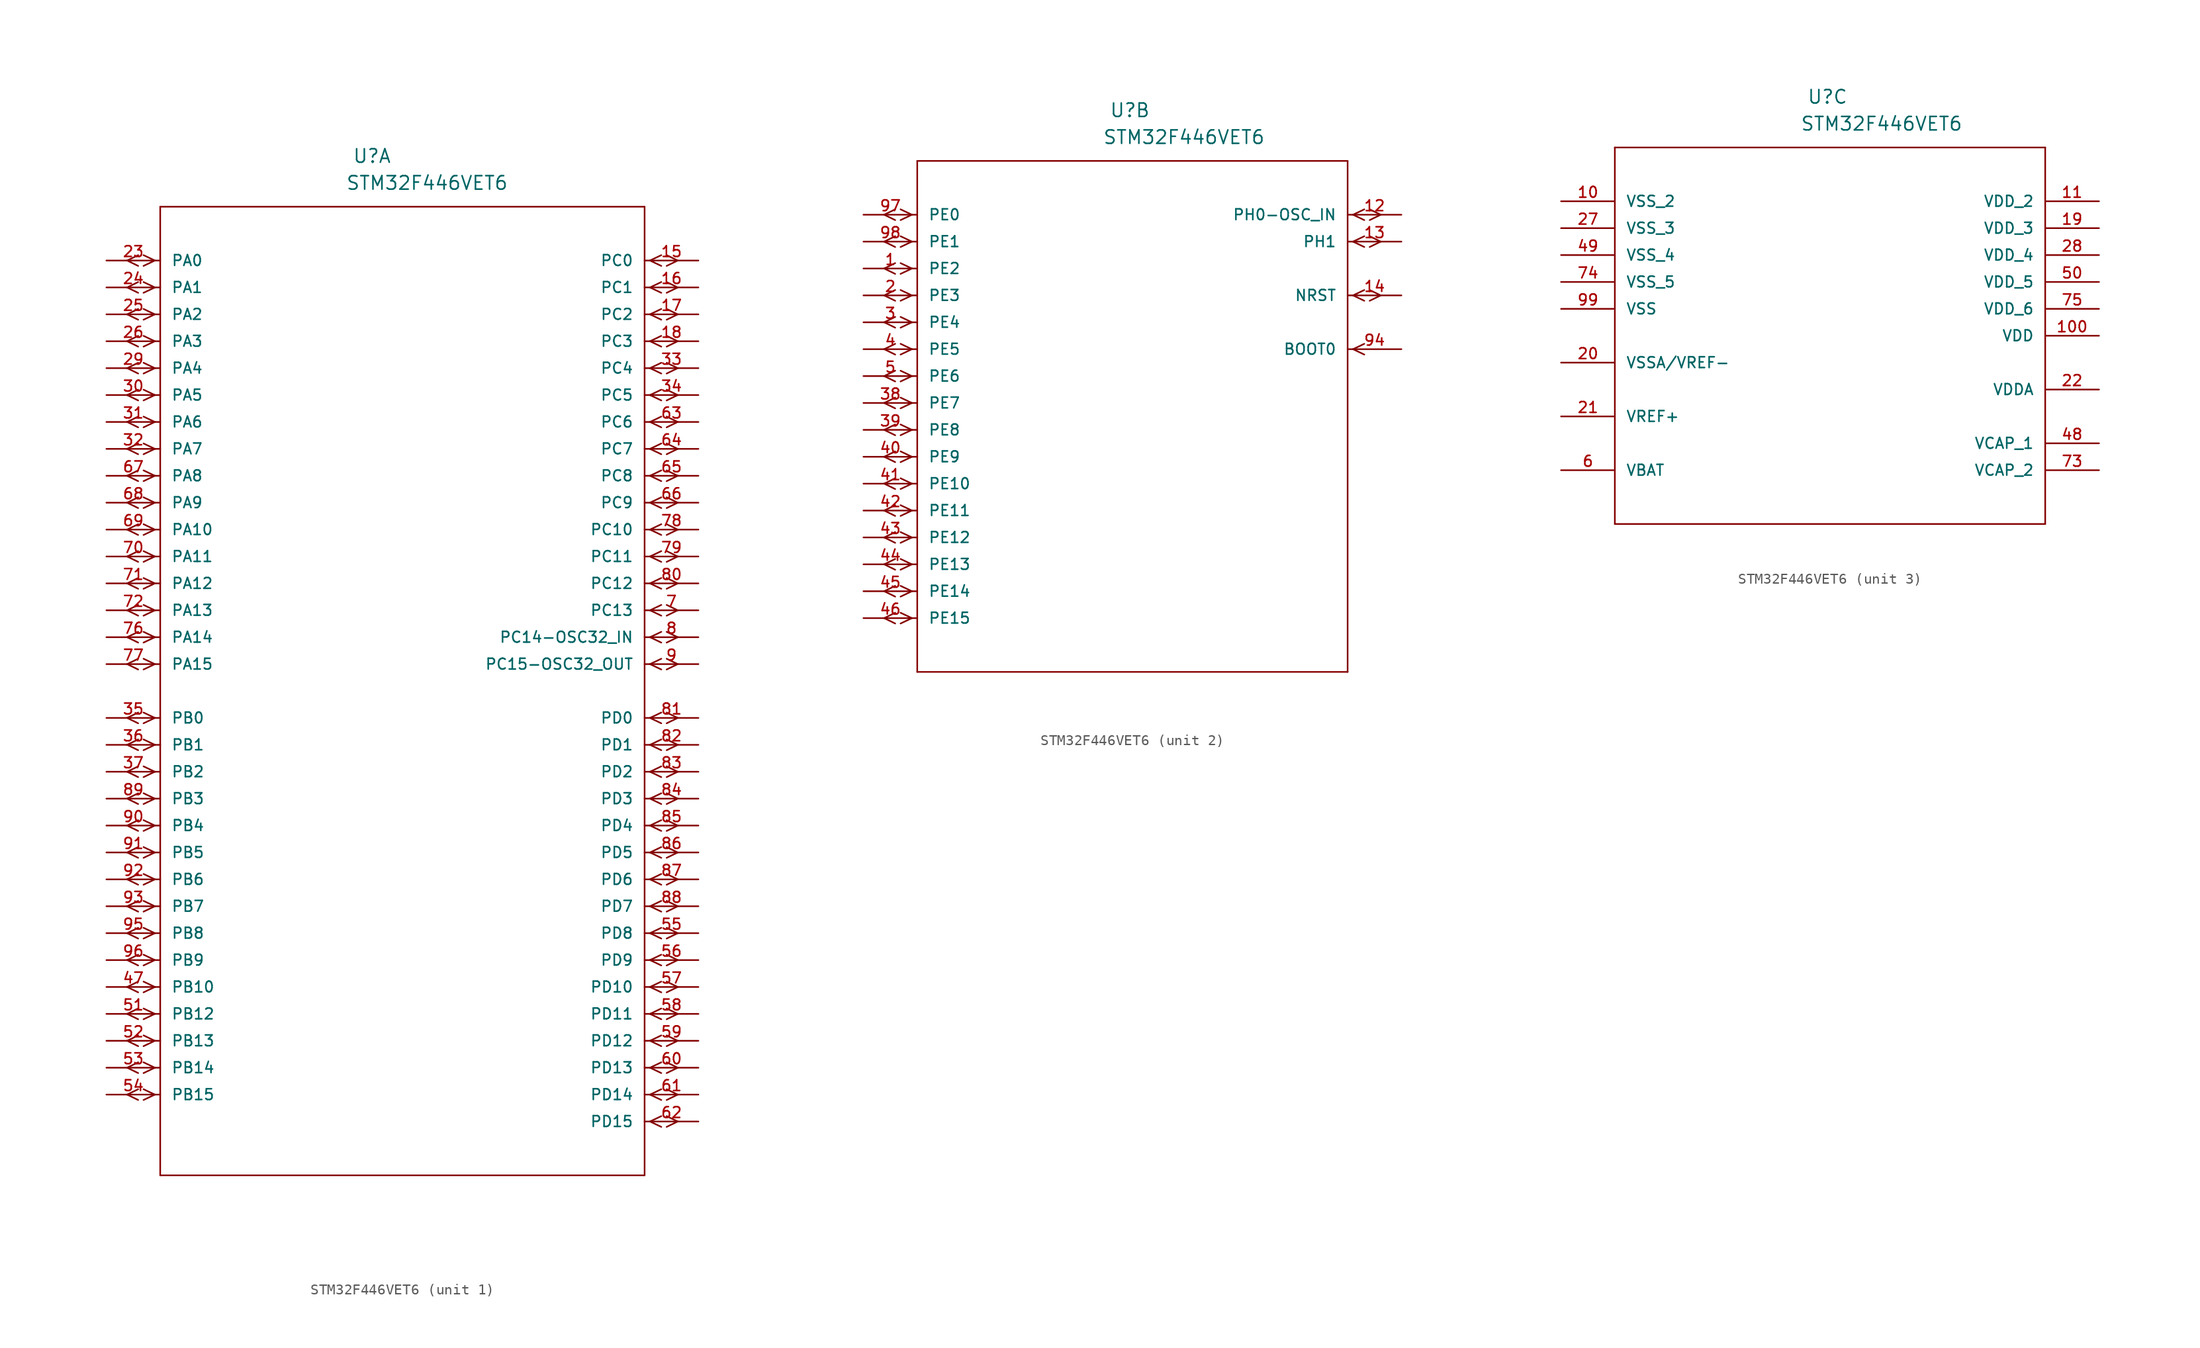
<source format=kicad_sym>
(kicad_symbol_lib
  (version 20211014)
  (generator kicad_symbol_editor)
  (symbol "STM32F446VET6"
    (pin_names
      (offset 1.016))
    (property "Reference" "U"
      (at 25.756 9.119 0.0)
      (effects (font (size 1.27 1.27)) (justify bottom left)))
    (property "Value" "STM32F446VET6"
      (at 25.121 6.579 0.0)
      (effects (font (size 1.27 1.27)) (justify bottom left)))
    (symbol "STM32F446VET6_1_0"
      (polyline (pts (xy 7.112 0.0) (xy 6.045 0.508)) (stroke (width 0.152)))
      (polyline (pts (xy 7.112 0.0) (xy 6.045 -0.508)) (stroke (width 0.152)))
      (polyline (pts (xy 5.537 0.508) (xy 4.496 0.0)) (stroke (width 0.152)))
      (polyline (pts (xy 5.537 -0.508) (xy 4.496 0.0)) (stroke (width 0.152)))
      (polyline (pts (xy 7.112 -2.54) (xy 6.045 -2.032)) (stroke (width 0.152)))
      (polyline (pts (xy 7.112 -2.54) (xy 6.045 -3.048)) (stroke (width 0.152)))
      (polyline (pts (xy 5.537 -2.032) (xy 4.496 -2.54)) (stroke (width 0.152)))
      (polyline (pts (xy 5.537 -3.048) (xy 4.496 -2.54)) (stroke (width 0.152)))
      (polyline (pts (xy 7.112 -5.08) (xy 6.045 -4.572)) (stroke (width 0.152)))
      (polyline (pts (xy 7.112 -5.08) (xy 6.045 -5.588)) (stroke (width 0.152)))
      (polyline (pts (xy 5.537 -4.572) (xy 4.496 -5.08)) (stroke (width 0.152)))
      (polyline (pts (xy 5.537 -5.588) (xy 4.496 -5.08)) (stroke (width 0.152)))
      (polyline (pts (xy 7.112 -7.62) (xy 6.045 -7.112)) (stroke (width 0.152)))
      (polyline (pts (xy 7.112 -7.62) (xy 6.045 -8.128)) (stroke (width 0.152)))
      (polyline (pts (xy 5.537 -7.112) (xy 4.496 -7.62)) (stroke (width 0.152)))
      (polyline (pts (xy 5.537 -8.128) (xy 4.496 -7.62)) (stroke (width 0.152)))
      (polyline (pts (xy 7.112 -10.16) (xy 6.045 -9.652)) (stroke (width 0.152)))
      (polyline (pts (xy 7.112 -10.16) (xy 6.045 -10.668)) (stroke (width 0.152)))
      (polyline (pts (xy 5.537 -9.652) (xy 4.496 -10.16)) (stroke (width 0.152)))
      (polyline (pts (xy 5.537 -10.668) (xy 4.496 -10.16)) (stroke (width 0.152)))
      (polyline (pts (xy 7.112 -12.7) (xy 6.045 -12.192)) (stroke (width 0.152)))
      (polyline (pts (xy 7.112 -12.7) (xy 6.045 -13.208)) (stroke (width 0.152)))
      (polyline (pts (xy 5.537 -12.192) (xy 4.496 -12.7)) (stroke (width 0.152)))
      (polyline (pts (xy 5.537 -13.208) (xy 4.496 -12.7)) (stroke (width 0.152)))
      (polyline (pts (xy 7.112 -15.24) (xy 6.045 -14.732)) (stroke (width 0.152)))
      (polyline (pts (xy 7.112 -15.24) (xy 6.045 -15.748)) (stroke (width 0.152)))
      (polyline (pts (xy 5.537 -14.732) (xy 4.496 -15.24)) (stroke (width 0.152)))
      (polyline (pts (xy 5.537 -15.748) (xy 4.496 -15.24)) (stroke (width 0.152)))
      (polyline (pts (xy 7.112 -17.78) (xy 6.045 -17.272)) (stroke (width 0.152)))
      (polyline (pts (xy 7.112 -17.78) (xy 6.045 -18.288)) (stroke (width 0.152)))
      (polyline (pts (xy 5.537 -17.272) (xy 4.496 -17.78)) (stroke (width 0.152)))
      (polyline (pts (xy 5.537 -18.288) (xy 4.496 -17.78)) (stroke (width 0.152)))
      (polyline (pts (xy 7.112 -20.32) (xy 6.045 -19.812)) (stroke (width 0.152)))
      (polyline (pts (xy 7.112 -20.32) (xy 6.045 -20.828)) (stroke (width 0.152)))
      (polyline (pts (xy 5.537 -19.812) (xy 4.496 -20.32)) (stroke (width 0.152)))
      (polyline (pts (xy 5.537 -20.828) (xy 4.496 -20.32)) (stroke (width 0.152)))
      (polyline (pts (xy 7.112 -22.86) (xy 6.045 -22.352)) (stroke (width 0.152)))
      (polyline (pts (xy 7.112 -22.86) (xy 6.045 -23.368)) (stroke (width 0.152)))
      (polyline (pts (xy 5.537 -22.352) (xy 4.496 -22.86)) (stroke (width 0.152)))
      (polyline (pts (xy 5.537 -23.368) (xy 4.496 -22.86)) (stroke (width 0.152)))
      (polyline (pts (xy 7.112 -25.4) (xy 6.045 -24.892)) (stroke (width 0.152)))
      (polyline (pts (xy 7.112 -25.4) (xy 6.045 -25.908)) (stroke (width 0.152)))
      (polyline (pts (xy 5.537 -24.892) (xy 4.496 -25.4)) (stroke (width 0.152)))
      (polyline (pts (xy 5.537 -25.908) (xy 4.496 -25.4)) (stroke (width 0.152)))
      (polyline (pts (xy 7.112 -27.94) (xy 6.045 -27.432)) (stroke (width 0.152)))
      (polyline (pts (xy 7.112 -27.94) (xy 6.045 -28.448)) (stroke (width 0.152)))
      (polyline (pts (xy 5.537 -27.432) (xy 4.496 -27.94)) (stroke (width 0.152)))
      (polyline (pts (xy 5.537 -28.448) (xy 4.496 -27.94)) (stroke (width 0.152)))
      (polyline (pts (xy 7.112 -30.48) (xy 6.045 -29.972)) (stroke (width 0.152)))
      (polyline (pts (xy 7.112 -30.48) (xy 6.045 -30.988)) (stroke (width 0.152)))
      (polyline (pts (xy 5.537 -29.972) (xy 4.496 -30.48)) (stroke (width 0.152)))
      (polyline (pts (xy 5.537 -30.988) (xy 4.496 -30.48)) (stroke (width 0.152)))
      (polyline (pts (xy 7.112 -33.02) (xy 6.045 -32.512)) (stroke (width 0.152)))
      (polyline (pts (xy 7.112 -33.02) (xy 6.045 -33.528)) (stroke (width 0.152)))
      (polyline (pts (xy 5.537 -32.512) (xy 4.496 -33.02)) (stroke (width 0.152)))
      (polyline (pts (xy 5.537 -33.528) (xy 4.496 -33.02)) (stroke (width 0.152)))
      (polyline (pts (xy 7.112 -35.56) (xy 6.045 -35.052)) (stroke (width 0.152)))
      (polyline (pts (xy 7.112 -35.56) (xy 6.045 -36.068)) (stroke (width 0.152)))
      (polyline (pts (xy 5.537 -35.052) (xy 4.496 -35.56)) (stroke (width 0.152)))
      (polyline (pts (xy 5.537 -36.068) (xy 4.496 -35.56)) (stroke (width 0.152)))
      (polyline (pts (xy 7.112 -38.1) (xy 6.045 -37.592)) (stroke (width 0.152)))
      (polyline (pts (xy 7.112 -38.1) (xy 6.045 -38.608)) (stroke (width 0.152)))
      (polyline (pts (xy 5.537 -37.592) (xy 4.496 -38.1)) (stroke (width 0.152)))
      (polyline (pts (xy 5.537 -38.608) (xy 4.496 -38.1)) (stroke (width 0.152)))
      (polyline (pts (xy 7.112 -43.18) (xy 6.045 -42.672)) (stroke (width 0.152)))
      (polyline (pts (xy 7.112 -43.18) (xy 6.045 -43.688)) (stroke (width 0.152)))
      (polyline (pts (xy 5.537 -42.672) (xy 4.496 -43.18)) (stroke (width 0.152)))
      (polyline (pts (xy 5.537 -43.688) (xy 4.496 -43.18)) (stroke (width 0.152)))
      (polyline (pts (xy 7.112 -45.72) (xy 6.045 -45.212)) (stroke (width 0.152)))
      (polyline (pts (xy 7.112 -45.72) (xy 6.045 -46.228)) (stroke (width 0.152)))
      (polyline (pts (xy 5.537 -45.212) (xy 4.496 -45.72)) (stroke (width 0.152)))
      (polyline (pts (xy 5.537 -46.228) (xy 4.496 -45.72)) (stroke (width 0.152)))
      (polyline (pts (xy 7.112 -48.26) (xy 6.045 -47.752)) (stroke (width 0.152)))
      (polyline (pts (xy 7.112 -48.26) (xy 6.045 -48.768)) (stroke (width 0.152)))
      (polyline (pts (xy 5.537 -47.752) (xy 4.496 -48.26)) (stroke (width 0.152)))
      (polyline (pts (xy 5.537 -48.768) (xy 4.496 -48.26)) (stroke (width 0.152)))
      (polyline (pts (xy 7.112 -50.8) (xy 6.045 -50.292)) (stroke (width 0.152)))
      (polyline (pts (xy 7.112 -50.8) (xy 6.045 -51.308)) (stroke (width 0.152)))
      (polyline (pts (xy 5.537 -50.292) (xy 4.496 -50.8)) (stroke (width 0.152)))
      (polyline (pts (xy 5.537 -51.308) (xy 4.496 -50.8)) (stroke (width 0.152)))
      (polyline (pts (xy 7.112 -53.34) (xy 6.045 -52.832)) (stroke (width 0.152)))
      (polyline (pts (xy 7.112 -53.34) (xy 6.045 -53.848)) (stroke (width 0.152)))
      (polyline (pts (xy 5.537 -52.832) (xy 4.496 -53.34)) (stroke (width 0.152)))
      (polyline (pts (xy 5.537 -53.848) (xy 4.496 -53.34)) (stroke (width 0.152)))
      (polyline (pts (xy 7.112 -55.88) (xy 6.045 -55.372)) (stroke (width 0.152)))
      (polyline (pts (xy 7.112 -55.88) (xy 6.045 -56.388)) (stroke (width 0.152)))
      (polyline (pts (xy 5.537 -55.372) (xy 4.496 -55.88)) (stroke (width 0.152)))
      (polyline (pts (xy 5.537 -56.388) (xy 4.496 -55.88)) (stroke (width 0.152)))
      (polyline (pts (xy 7.112 -58.42) (xy 6.045 -57.912)) (stroke (width 0.152)))
      (polyline (pts (xy 7.112 -58.42) (xy 6.045 -58.928)) (stroke (width 0.152)))
      (polyline (pts (xy 5.537 -57.912) (xy 4.496 -58.42)) (stroke (width 0.152)))
      (polyline (pts (xy 5.537 -58.928) (xy 4.496 -58.42)) (stroke (width 0.152)))
      (polyline (pts (xy 7.112 -60.96) (xy 6.045 -60.452)) (stroke (width 0.152)))
      (polyline (pts (xy 7.112 -60.96) (xy 6.045 -61.468)) (stroke (width 0.152)))
      (polyline (pts (xy 5.537 -60.452) (xy 4.496 -60.96)) (stroke (width 0.152)))
      (polyline (pts (xy 5.537 -61.468) (xy 4.496 -60.96)) (stroke (width 0.152)))
      (polyline (pts (xy 7.112 -63.5) (xy 6.045 -62.992)) (stroke (width 0.152)))
      (polyline (pts (xy 7.112 -63.5) (xy 6.045 -64.008)) (stroke (width 0.152)))
      (polyline (pts (xy 5.537 -62.992) (xy 4.496 -63.5)) (stroke (width 0.152)))
      (polyline (pts (xy 5.537 -64.008) (xy 4.496 -63.5)) (stroke (width 0.152)))
      (polyline (pts (xy 7.112 -66.04) (xy 6.045 -65.532)) (stroke (width 0.152)))
      (polyline (pts (xy 7.112 -66.04) (xy 6.045 -66.548)) (stroke (width 0.152)))
      (polyline (pts (xy 5.537 -65.532) (xy 4.496 -66.04)) (stroke (width 0.152)))
      (polyline (pts (xy 5.537 -66.548) (xy 4.496 -66.04)) (stroke (width 0.152)))
      (polyline (pts (xy 7.112 -68.58) (xy 6.045 -68.072)) (stroke (width 0.152)))
      (polyline (pts (xy 7.112 -68.58) (xy 6.045 -69.088)) (stroke (width 0.152)))
      (polyline (pts (xy 5.537 -68.072) (xy 4.496 -68.58)) (stroke (width 0.152)))
      (polyline (pts (xy 5.537 -69.088) (xy 4.496 -68.58)) (stroke (width 0.152)))
      (polyline (pts (xy 7.112 -71.12) (xy 6.045 -70.612)) (stroke (width 0.152)))
      (polyline (pts (xy 7.112 -71.12) (xy 6.045 -71.628)) (stroke (width 0.152)))
      (polyline (pts (xy 5.537 -70.612) (xy 4.496 -71.12)) (stroke (width 0.152)))
      (polyline (pts (xy 5.537 -71.628) (xy 4.496 -71.12)) (stroke (width 0.152)))
      (polyline (pts (xy 7.112 -73.66) (xy 6.045 -73.152)) (stroke (width 0.152)))
      (polyline (pts (xy 7.112 -73.66) (xy 6.045 -74.168)) (stroke (width 0.152)))
      (polyline (pts (xy 5.537 -73.152) (xy 4.496 -73.66)) (stroke (width 0.152)))
      (polyline (pts (xy 5.537 -74.168) (xy 4.496 -73.66)) (stroke (width 0.152)))
      (polyline (pts (xy 7.112 -76.2) (xy 6.045 -75.692)) (stroke (width 0.152)))
      (polyline (pts (xy 7.112 -76.2) (xy 6.045 -76.708)) (stroke (width 0.152)))
      (polyline (pts (xy 5.537 -75.692) (xy 4.496 -76.2)) (stroke (width 0.152)))
      (polyline (pts (xy 5.537 -76.708) (xy 4.496 -76.2)) (stroke (width 0.152)))
      (polyline (pts (xy 7.112 -78.74) (xy 6.045 -78.232)) (stroke (width 0.152)))
      (polyline (pts (xy 7.112 -78.74) (xy 6.045 -79.248)) (stroke (width 0.152)))
      (polyline (pts (xy 5.537 -78.232) (xy 4.496 -78.74)) (stroke (width 0.152)))
      (polyline (pts (xy 5.537 -79.248) (xy 4.496 -78.74)) (stroke (width 0.152)))
      (polyline (pts (xy 53.848 0.0) (xy 54.915 0.508)) (stroke (width 0.152)))
      (polyline (pts (xy 53.848 0.0) (xy 54.915 -0.508)) (stroke (width 0.152)))
      (polyline (pts (xy 55.423 0.508) (xy 56.464 0.0)) (stroke (width 0.152)))
      (polyline (pts (xy 55.423 -0.508) (xy 56.464 0.0)) (stroke (width 0.152)))
      (polyline (pts (xy 53.848 -2.54) (xy 54.915 -2.032)) (stroke (width 0.152)))
      (polyline (pts (xy 53.848 -2.54) (xy 54.915 -3.048)) (stroke (width 0.152)))
      (polyline (pts (xy 55.423 -2.032) (xy 56.464 -2.54)) (stroke (width 0.152)))
      (polyline (pts (xy 55.423 -3.048) (xy 56.464 -2.54)) (stroke (width 0.152)))
      (polyline (pts (xy 53.848 -5.08) (xy 54.915 -4.572)) (stroke (width 0.152)))
      (polyline (pts (xy 53.848 -5.08) (xy 54.915 -5.588)) (stroke (width 0.152)))
      (polyline (pts (xy 55.423 -4.572) (xy 56.464 -5.08)) (stroke (width 0.152)))
      (polyline (pts (xy 55.423 -5.588) (xy 56.464 -5.08)) (stroke (width 0.152)))
      (polyline (pts (xy 53.848 -7.62) (xy 54.915 -7.112)) (stroke (width 0.152)))
      (polyline (pts (xy 53.848 -7.62) (xy 54.915 -8.128)) (stroke (width 0.152)))
      (polyline (pts (xy 55.423 -7.112) (xy 56.464 -7.62)) (stroke (width 0.152)))
      (polyline (pts (xy 55.423 -8.128) (xy 56.464 -7.62)) (stroke (width 0.152)))
      (polyline (pts (xy 53.848 -10.16) (xy 54.915 -9.652)) (stroke (width 0.152)))
      (polyline (pts (xy 53.848 -10.16) (xy 54.915 -10.668)) (stroke (width 0.152)))
      (polyline (pts (xy 55.423 -9.652) (xy 56.464 -10.16)) (stroke (width 0.152)))
      (polyline (pts (xy 55.423 -10.668) (xy 56.464 -10.16)) (stroke (width 0.152)))
      (polyline (pts (xy 53.848 -12.7) (xy 54.915 -12.192)) (stroke (width 0.152)))
      (polyline (pts (xy 53.848 -12.7) (xy 54.915 -13.208)) (stroke (width 0.152)))
      (polyline (pts (xy 55.423 -12.192) (xy 56.464 -12.7)) (stroke (width 0.152)))
      (polyline (pts (xy 55.423 -13.208) (xy 56.464 -12.7)) (stroke (width 0.152)))
      (polyline (pts (xy 53.848 -15.24) (xy 54.915 -14.732)) (stroke (width 0.152)))
      (polyline (pts (xy 53.848 -15.24) (xy 54.915 -15.748)) (stroke (width 0.152)))
      (polyline (pts (xy 55.423 -14.732) (xy 56.464 -15.24)) (stroke (width 0.152)))
      (polyline (pts (xy 55.423 -15.748) (xy 56.464 -15.24)) (stroke (width 0.152)))
      (polyline (pts (xy 53.848 -17.78) (xy 54.915 -17.272)) (stroke (width 0.152)))
      (polyline (pts (xy 53.848 -17.78) (xy 54.915 -18.288)) (stroke (width 0.152)))
      (polyline (pts (xy 55.423 -17.272) (xy 56.464 -17.78)) (stroke (width 0.152)))
      (polyline (pts (xy 55.423 -18.288) (xy 56.464 -17.78)) (stroke (width 0.152)))
      (polyline (pts (xy 53.848 -20.32) (xy 54.915 -19.812)) (stroke (width 0.152)))
      (polyline (pts (xy 53.848 -20.32) (xy 54.915 -20.828)) (stroke (width 0.152)))
      (polyline (pts (xy 55.423 -19.812) (xy 56.464 -20.32)) (stroke (width 0.152)))
      (polyline (pts (xy 55.423 -20.828) (xy 56.464 -20.32)) (stroke (width 0.152)))
      (polyline (pts (xy 53.848 -22.86) (xy 54.915 -22.352)) (stroke (width 0.152)))
      (polyline (pts (xy 53.848 -22.86) (xy 54.915 -23.368)) (stroke (width 0.152)))
      (polyline (pts (xy 55.423 -22.352) (xy 56.464 -22.86)) (stroke (width 0.152)))
      (polyline (pts (xy 55.423 -23.368) (xy 56.464 -22.86)) (stroke (width 0.152)))
      (polyline (pts (xy 53.848 -25.4) (xy 54.915 -24.892)) (stroke (width 0.152)))
      (polyline (pts (xy 53.848 -25.4) (xy 54.915 -25.908)) (stroke (width 0.152)))
      (polyline (pts (xy 55.423 -24.892) (xy 56.464 -25.4)) (stroke (width 0.152)))
      (polyline (pts (xy 55.423 -25.908) (xy 56.464 -25.4)) (stroke (width 0.152)))
      (polyline (pts (xy 53.848 -27.94) (xy 54.915 -27.432)) (stroke (width 0.152)))
      (polyline (pts (xy 53.848 -27.94) (xy 54.915 -28.448)) (stroke (width 0.152)))
      (polyline (pts (xy 55.423 -27.432) (xy 56.464 -27.94)) (stroke (width 0.152)))
      (polyline (pts (xy 55.423 -28.448) (xy 56.464 -27.94)) (stroke (width 0.152)))
      (polyline (pts (xy 53.848 -30.48) (xy 54.915 -29.972)) (stroke (width 0.152)))
      (polyline (pts (xy 53.848 -30.48) (xy 54.915 -30.988)) (stroke (width 0.152)))
      (polyline (pts (xy 55.423 -29.972) (xy 56.464 -30.48)) (stroke (width 0.152)))
      (polyline (pts (xy 55.423 -30.988) (xy 56.464 -30.48)) (stroke (width 0.152)))
      (polyline (pts (xy 53.848 -33.02) (xy 54.915 -32.512)) (stroke (width 0.152)))
      (polyline (pts (xy 53.848 -33.02) (xy 54.915 -33.528)) (stroke (width 0.152)))
      (polyline (pts (xy 55.423 -32.512) (xy 56.464 -33.02)) (stroke (width 0.152)))
      (polyline (pts (xy 55.423 -33.528) (xy 56.464 -33.02)) (stroke (width 0.152)))
      (polyline (pts (xy 53.848 -35.56) (xy 54.915 -35.052)) (stroke (width 0.152)))
      (polyline (pts (xy 53.848 -35.56) (xy 54.915 -36.068)) (stroke (width 0.152)))
      (polyline (pts (xy 55.423 -35.052) (xy 56.464 -35.56)) (stroke (width 0.152)))
      (polyline (pts (xy 55.423 -36.068) (xy 56.464 -35.56)) (stroke (width 0.152)))
      (polyline (pts (xy 53.848 -38.1) (xy 54.915 -37.592)) (stroke (width 0.152)))
      (polyline (pts (xy 53.848 -38.1) (xy 54.915 -38.608)) (stroke (width 0.152)))
      (polyline (pts (xy 55.423 -37.592) (xy 56.464 -38.1)) (stroke (width 0.152)))
      (polyline (pts (xy 55.423 -38.608) (xy 56.464 -38.1)) (stroke (width 0.152)))
      (polyline (pts (xy 53.848 -43.18) (xy 54.915 -42.672)) (stroke (width 0.152)))
      (polyline (pts (xy 53.848 -43.18) (xy 54.915 -43.688)) (stroke (width 0.152)))
      (polyline (pts (xy 55.423 -42.672) (xy 56.464 -43.18)) (stroke (width 0.152)))
      (polyline (pts (xy 55.423 -43.688) (xy 56.464 -43.18)) (stroke (width 0.152)))
      (polyline (pts (xy 53.848 -45.72) (xy 54.915 -45.212)) (stroke (width 0.152)))
      (polyline (pts (xy 53.848 -45.72) (xy 54.915 -46.228)) (stroke (width 0.152)))
      (polyline (pts (xy 55.423 -45.212) (xy 56.464 -45.72)) (stroke (width 0.152)))
      (polyline (pts (xy 55.423 -46.228) (xy 56.464 -45.72)) (stroke (width 0.152)))
      (polyline (pts (xy 53.848 -48.26) (xy 54.915 -47.752)) (stroke (width 0.152)))
      (polyline (pts (xy 53.848 -48.26) (xy 54.915 -48.768)) (stroke (width 0.152)))
      (polyline (pts (xy 55.423 -47.752) (xy 56.464 -48.26)) (stroke (width 0.152)))
      (polyline (pts (xy 55.423 -48.768) (xy 56.464 -48.26)) (stroke (width 0.152)))
      (polyline (pts (xy 53.848 -50.8) (xy 54.915 -50.292)) (stroke (width 0.152)))
      (polyline (pts (xy 53.848 -50.8) (xy 54.915 -51.308)) (stroke (width 0.152)))
      (polyline (pts (xy 55.423 -50.292) (xy 56.464 -50.8)) (stroke (width 0.152)))
      (polyline (pts (xy 55.423 -51.308) (xy 56.464 -50.8)) (stroke (width 0.152)))
      (polyline (pts (xy 53.848 -53.34) (xy 54.915 -52.832)) (stroke (width 0.152)))
      (polyline (pts (xy 53.848 -53.34) (xy 54.915 -53.848)) (stroke (width 0.152)))
      (polyline (pts (xy 55.423 -52.832) (xy 56.464 -53.34)) (stroke (width 0.152)))
      (polyline (pts (xy 55.423 -53.848) (xy 56.464 -53.34)) (stroke (width 0.152)))
      (polyline (pts (xy 53.848 -55.88) (xy 54.915 -55.372)) (stroke (width 0.152)))
      (polyline (pts (xy 53.848 -55.88) (xy 54.915 -56.388)) (stroke (width 0.152)))
      (polyline (pts (xy 55.423 -55.372) (xy 56.464 -55.88)) (stroke (width 0.152)))
      (polyline (pts (xy 55.423 -56.388) (xy 56.464 -55.88)) (stroke (width 0.152)))
      (polyline (pts (xy 53.848 -58.42) (xy 54.915 -57.912)) (stroke (width 0.152)))
      (polyline (pts (xy 53.848 -58.42) (xy 54.915 -58.928)) (stroke (width 0.152)))
      (polyline (pts (xy 55.423 -57.912) (xy 56.464 -58.42)) (stroke (width 0.152)))
      (polyline (pts (xy 55.423 -58.928) (xy 56.464 -58.42)) (stroke (width 0.152)))
      (polyline (pts (xy 53.848 -60.96) (xy 54.915 -60.452)) (stroke (width 0.152)))
      (polyline (pts (xy 53.848 -60.96) (xy 54.915 -61.468)) (stroke (width 0.152)))
      (polyline (pts (xy 55.423 -60.452) (xy 56.464 -60.96)) (stroke (width 0.152)))
      (polyline (pts (xy 55.423 -61.468) (xy 56.464 -60.96)) (stroke (width 0.152)))
      (polyline (pts (xy 53.848 -63.5) (xy 54.915 -62.992)) (stroke (width 0.152)))
      (polyline (pts (xy 53.848 -63.5) (xy 54.915 -64.008)) (stroke (width 0.152)))
      (polyline (pts (xy 55.423 -62.992) (xy 56.464 -63.5)) (stroke (width 0.152)))
      (polyline (pts (xy 55.423 -64.008) (xy 56.464 -63.5)) (stroke (width 0.152)))
      (polyline (pts (xy 53.848 -66.04) (xy 54.915 -65.532)) (stroke (width 0.152)))
      (polyline (pts (xy 53.848 -66.04) (xy 54.915 -66.548)) (stroke (width 0.152)))
      (polyline (pts (xy 55.423 -65.532) (xy 56.464 -66.04)) (stroke (width 0.152)))
      (polyline (pts (xy 55.423 -66.548) (xy 56.464 -66.04)) (stroke (width 0.152)))
      (polyline (pts (xy 53.848 -68.58) (xy 54.915 -68.072)) (stroke (width 0.152)))
      (polyline (pts (xy 53.848 -68.58) (xy 54.915 -69.088)) (stroke (width 0.152)))
      (polyline (pts (xy 55.423 -68.072) (xy 56.464 -68.58)) (stroke (width 0.152)))
      (polyline (pts (xy 55.423 -69.088) (xy 56.464 -68.58)) (stroke (width 0.152)))
      (polyline (pts (xy 53.848 -71.12) (xy 54.915 -70.612)) (stroke (width 0.152)))
      (polyline (pts (xy 53.848 -71.12) (xy 54.915 -71.628)) (stroke (width 0.152)))
      (polyline (pts (xy 55.423 -70.612) (xy 56.464 -71.12)) (stroke (width 0.152)))
      (polyline (pts (xy 55.423 -71.628) (xy 56.464 -71.12)) (stroke (width 0.152)))
      (polyline (pts (xy 53.848 -73.66) (xy 54.915 -73.152)) (stroke (width 0.152)))
      (polyline (pts (xy 53.848 -73.66) (xy 54.915 -74.168)) (stroke (width 0.152)))
      (polyline (pts (xy 55.423 -73.152) (xy 56.464 -73.66)) (stroke (width 0.152)))
      (polyline (pts (xy 55.423 -74.168) (xy 56.464 -73.66)) (stroke (width 0.152)))
      (polyline (pts (xy 53.848 -76.2) (xy 54.915 -75.692)) (stroke (width 0.152)))
      (polyline (pts (xy 53.848 -76.2) (xy 54.915 -76.708)) (stroke (width 0.152)))
      (polyline (pts (xy 55.423 -75.692) (xy 56.464 -76.2)) (stroke (width 0.152)))
      (polyline (pts (xy 55.423 -76.708) (xy 56.464 -76.2)) (stroke (width 0.152)))
      (polyline (pts (xy 53.848 -78.74) (xy 54.915 -78.232)) (stroke (width 0.152)))
      (polyline (pts (xy 53.848 -78.74) (xy 54.915 -79.248)) (stroke (width 0.152)))
      (polyline (pts (xy 55.423 -78.232) (xy 56.464 -78.74)) (stroke (width 0.152)))
      (polyline (pts (xy 55.423 -79.248) (xy 56.464 -78.74)) (stroke (width 0.152)))
      (polyline (pts (xy 53.848 -81.28) (xy 54.915 -80.772)) (stroke (width 0.152)))
      (polyline (pts (xy 53.848 -81.28) (xy 54.915 -81.788)) (stroke (width 0.152)))
      (polyline (pts (xy 55.423 -80.772) (xy 56.464 -81.28)) (stroke (width 0.152)))
      (polyline (pts (xy 55.423 -81.788) (xy 56.464 -81.28)) (stroke (width 0.152)))
      (polyline (pts (xy 7.62 5.08) (xy 7.62 -86.36)) (stroke (width 0.152)))
      (polyline (pts (xy 7.62 -86.36) (xy 53.34 -86.36)) (stroke (width 0.152)))
      (polyline (pts (xy 53.34 -86.36) (xy 53.34 5.08)) (stroke (width 0.152)))
      (polyline (pts (xy 53.34 5.08) (xy 7.62 5.08)) (stroke (width 0.152)))
      (pin bidirectional line (at 2.54 0.0 0) (length 5.08) (name "PA0" (effects (font (size 1.016 1.016)))) (number "23" (effects (font (size 1.016 1.016)))))
      (pin bidirectional line (at 2.54 -2.54 0) (length 5.08) (name "PA1" (effects (font (size 1.016 1.016)))) (number "24" (effects (font (size 1.016 1.016)))))
      (pin bidirectional line (at 2.54 -5.08 0) (length 5.08) (name "PA2" (effects (font (size 1.016 1.016)))) (number "25" (effects (font (size 1.016 1.016)))))
      (pin bidirectional line (at 2.54 -7.62 0) (length 5.08) (name "PA3" (effects (font (size 1.016 1.016)))) (number "26" (effects (font (size 1.016 1.016)))))
      (pin bidirectional line (at 2.54 -10.16 0) (length 5.08) (name "PA4" (effects (font (size 1.016 1.016)))) (number "29" (effects (font (size 1.016 1.016)))))
      (pin bidirectional line (at 2.54 -12.7 0) (length 5.08) (name "PA5" (effects (font (size 1.016 1.016)))) (number "30" (effects (font (size 1.016 1.016)))))
      (pin bidirectional line (at 2.54 -15.24 0) (length 5.08) (name "PA6" (effects (font (size 1.016 1.016)))) (number "31" (effects (font (size 1.016 1.016)))))
      (pin bidirectional line (at 2.54 -17.78 0) (length 5.08) (name "PA7" (effects (font (size 1.016 1.016)))) (number "32" (effects (font (size 1.016 1.016)))))
      (pin bidirectional line (at 2.54 -20.32 0) (length 5.08) (name "PA8" (effects (font (size 1.016 1.016)))) (number "67" (effects (font (size 1.016 1.016)))))
      (pin bidirectional line (at 2.54 -22.86 0) (length 5.08) (name "PA9" (effects (font (size 1.016 1.016)))) (number "68" (effects (font (size 1.016 1.016)))))
      (pin bidirectional line (at 2.54 -25.4 0) (length 5.08) (name "PA10" (effects (font (size 1.016 1.016)))) (number "69" (effects (font (size 1.016 1.016)))))
      (pin bidirectional line (at 2.54 -27.94 0) (length 5.08) (name "PA11" (effects (font (size 1.016 1.016)))) (number "70" (effects (font (size 1.016 1.016)))))
      (pin bidirectional line (at 2.54 -30.48 0) (length 5.08) (name "PA12" (effects (font (size 1.016 1.016)))) (number "71" (effects (font (size 1.016 1.016)))))
      (pin bidirectional line (at 2.54 -33.02 0) (length 5.08) (name "PA13" (effects (font (size 1.016 1.016)))) (number "72" (effects (font (size 1.016 1.016)))))
      (pin bidirectional line (at 2.54 -35.56 0) (length 5.08) (name "PA14" (effects (font (size 1.016 1.016)))) (number "76" (effects (font (size 1.016 1.016)))))
      (pin bidirectional line (at 2.54 -38.1 0) (length 5.08) (name "PA15" (effects (font (size 1.016 1.016)))) (number "77" (effects (font (size 1.016 1.016)))))
      (pin bidirectional line (at 2.54 -43.18 0) (length 5.08) (name "PB0" (effects (font (size 1.016 1.016)))) (number "35" (effects (font (size 1.016 1.016)))))
      (pin bidirectional line (at 2.54 -45.72 0) (length 5.08) (name "PB1" (effects (font (size 1.016 1.016)))) (number "36" (effects (font (size 1.016 1.016)))))
      (pin bidirectional line (at 2.54 -48.26 0) (length 5.08) (name "PB2" (effects (font (size 1.016 1.016)))) (number "37" (effects (font (size 1.016 1.016)))))
      (pin bidirectional line (at 2.54 -50.8 0) (length 5.08) (name "PB3" (effects (font (size 1.016 1.016)))) (number "89" (effects (font (size 1.016 1.016)))))
      (pin bidirectional line (at 2.54 -53.34 0) (length 5.08) (name "PB4" (effects (font (size 1.016 1.016)))) (number "90" (effects (font (size 1.016 1.016)))))
      (pin bidirectional line (at 2.54 -55.88 0) (length 5.08) (name "PB5" (effects (font (size 1.016 1.016)))) (number "91" (effects (font (size 1.016 1.016)))))
      (pin bidirectional line (at 2.54 -58.42 0) (length 5.08) (name "PB6" (effects (font (size 1.016 1.016)))) (number "92" (effects (font (size 1.016 1.016)))))
      (pin bidirectional line (at 2.54 -60.96 0) (length 5.08) (name "PB7" (effects (font (size 1.016 1.016)))) (number "93" (effects (font (size 1.016 1.016)))))
      (pin bidirectional line (at 2.54 -63.5 0) (length 5.08) (name "PB8" (effects (font (size 1.016 1.016)))) (number "95" (effects (font (size 1.016 1.016)))))
      (pin bidirectional line (at 2.54 -66.04 0) (length 5.08) (name "PB9" (effects (font (size 1.016 1.016)))) (number "96" (effects (font (size 1.016 1.016)))))
      (pin bidirectional line (at 2.54 -68.58 0) (length 5.08) (name "PB10" (effects (font (size 1.016 1.016)))) (number "47" (effects (font (size 1.016 1.016)))))
      (pin bidirectional line (at 2.54 -71.12 0) (length 5.08) (name "PB12" (effects (font (size 1.016 1.016)))) (number "51" (effects (font (size 1.016 1.016)))))
      (pin bidirectional line (at 2.54 -73.66 0) (length 5.08) (name "PB13" (effects (font (size 1.016 1.016)))) (number "52" (effects (font (size 1.016 1.016)))))
      (pin bidirectional line (at 2.54 -76.2 0) (length 5.08) (name "PB14" (effects (font (size 1.016 1.016)))) (number "53" (effects (font (size 1.016 1.016)))))
      (pin bidirectional line (at 2.54 -78.74 0) (length 5.08) (name "PB15" (effects (font (size 1.016 1.016)))) (number "54" (effects (font (size 1.016 1.016)))))
      (pin bidirectional line (at 58.42 0.0 180.0) (length 5.08) (name "PC0" (effects (font (size 1.016 1.016)))) (number "15" (effects (font (size 1.016 1.016)))))
      (pin bidirectional line (at 58.42 -2.54 180.0) (length 5.08) (name "PC1" (effects (font (size 1.016 1.016)))) (number "16" (effects (font (size 1.016 1.016)))))
      (pin bidirectional line (at 58.42 -5.08 180.0) (length 5.08) (name "PC2" (effects (font (size 1.016 1.016)))) (number "17" (effects (font (size 1.016 1.016)))))
      (pin bidirectional line (at 58.42 -7.62 180.0) (length 5.08) (name "PC3" (effects (font (size 1.016 1.016)))) (number "18" (effects (font (size 1.016 1.016)))))
      (pin bidirectional line (at 58.42 -10.16 180.0) (length 5.08) (name "PC4" (effects (font (size 1.016 1.016)))) (number "33" (effects (font (size 1.016 1.016)))))
      (pin bidirectional line (at 58.42 -12.7 180.0) (length 5.08) (name "PC5" (effects (font (size 1.016 1.016)))) (number "34" (effects (font (size 1.016 1.016)))))
      (pin bidirectional line (at 58.42 -15.24 180.0) (length 5.08) (name "PC6" (effects (font (size 1.016 1.016)))) (number "63" (effects (font (size 1.016 1.016)))))
      (pin bidirectional line (at 58.42 -17.78 180.0) (length 5.08) (name "PC7" (effects (font (size 1.016 1.016)))) (number "64" (effects (font (size 1.016 1.016)))))
      (pin bidirectional line (at 58.42 -20.32 180.0) (length 5.08) (name "PC8" (effects (font (size 1.016 1.016)))) (number "65" (effects (font (size 1.016 1.016)))))
      (pin bidirectional line (at 58.42 -22.86 180.0) (length 5.08) (name "PC9" (effects (font (size 1.016 1.016)))) (number "66" (effects (font (size 1.016 1.016)))))
      (pin bidirectional line (at 58.42 -25.4 180.0) (length 5.08) (name "PC10" (effects (font (size 1.016 1.016)))) (number "78" (effects (font (size 1.016 1.016)))))
      (pin bidirectional line (at 58.42 -27.94 180.0) (length 5.08) (name "PC11" (effects (font (size 1.016 1.016)))) (number "79" (effects (font (size 1.016 1.016)))))
      (pin bidirectional line (at 58.42 -30.48 180.0) (length 5.08) (name "PC12" (effects (font (size 1.016 1.016)))) (number "80" (effects (font (size 1.016 1.016)))))
      (pin bidirectional line (at 58.42 -33.02 180.0) (length 5.08) (name "PC13" (effects (font (size 1.016 1.016)))) (number "7" (effects (font (size 1.016 1.016)))))
      (pin bidirectional line (at 58.42 -35.56 180.0) (length 5.08) (name "PC14-OSC32_IN" (effects (font (size 1.016 1.016)))) (number "8" (effects (font (size 1.016 1.016)))))
      (pin bidirectional line (at 58.42 -38.1 180.0) (length 5.08) (name "PC15-OSC32_OUT" (effects (font (size 1.016 1.016)))) (number "9" (effects (font (size 1.016 1.016)))))
      (pin bidirectional line (at 58.42 -43.18 180.0) (length 5.08) (name "PD0" (effects (font (size 1.016 1.016)))) (number "81" (effects (font (size 1.016 1.016)))))
      (pin bidirectional line (at 58.42 -45.72 180.0) (length 5.08) (name "PD1" (effects (font (size 1.016 1.016)))) (number "82" (effects (font (size 1.016 1.016)))))
      (pin bidirectional line (at 58.42 -48.26 180.0) (length 5.08) (name "PD2" (effects (font (size 1.016 1.016)))) (number "83" (effects (font (size 1.016 1.016)))))
      (pin bidirectional line (at 58.42 -50.8 180.0) (length 5.08) (name "PD3" (effects (font (size 1.016 1.016)))) (number "84" (effects (font (size 1.016 1.016)))))
      (pin bidirectional line (at 58.42 -53.34 180.0) (length 5.08) (name "PD4" (effects (font (size 1.016 1.016)))) (number "85" (effects (font (size 1.016 1.016)))))
      (pin bidirectional line (at 58.42 -55.88 180.0) (length 5.08) (name "PD5" (effects (font (size 1.016 1.016)))) (number "86" (effects (font (size 1.016 1.016)))))
      (pin bidirectional line (at 58.42 -58.42 180.0) (length 5.08) (name "PD6" (effects (font (size 1.016 1.016)))) (number "87" (effects (font (size 1.016 1.016)))))
      (pin bidirectional line (at 58.42 -60.96 180.0) (length 5.08) (name "PD7" (effects (font (size 1.016 1.016)))) (number "88" (effects (font (size 1.016 1.016)))))
      (pin bidirectional line (at 58.42 -63.5 180.0) (length 5.08) (name "PD8" (effects (font (size 1.016 1.016)))) (number "55" (effects (font (size 1.016 1.016)))))
      (pin bidirectional line (at 58.42 -66.04 180.0) (length 5.08) (name "PD9" (effects (font (size 1.016 1.016)))) (number "56" (effects (font (size 1.016 1.016)))))
      (pin bidirectional line (at 58.42 -68.58 180.0) (length 5.08) (name "PD10" (effects (font (size 1.016 1.016)))) (number "57" (effects (font (size 1.016 1.016)))))
      (pin bidirectional line (at 58.42 -71.12 180.0) (length 5.08) (name "PD11" (effects (font (size 1.016 1.016)))) (number "58" (effects (font (size 1.016 1.016)))))
      (pin bidirectional line (at 58.42 -73.66 180.0) (length 5.08) (name "PD12" (effects (font (size 1.016 1.016)))) (number "59" (effects (font (size 1.016 1.016)))))
      (pin bidirectional line (at 58.42 -76.2 180.0) (length 5.08) (name "PD13" (effects (font (size 1.016 1.016)))) (number "60" (effects (font (size 1.016 1.016)))))
      (pin bidirectional line (at 58.42 -78.74 180.0) (length 5.08) (name "PD14" (effects (font (size 1.016 1.016)))) (number "61" (effects (font (size 1.016 1.016)))))
      (pin bidirectional line (at 58.42 -81.28 180.0) (length 5.08) (name "PD15" (effects (font (size 1.016 1.016)))) (number "62" (effects (font (size 1.016 1.016))))))
    (symbol "STM32F446VET6_2_0"
      (polyline (pts (xy 7.112 0.0) (xy 6.045 0.508)) (stroke (width 0.152)))
      (polyline (pts (xy 7.112 0.0) (xy 6.045 -0.508)) (stroke (width 0.152)))
      (polyline (pts (xy 5.537 0.508) (xy 4.496 0.0)) (stroke (width 0.152)))
      (polyline (pts (xy 5.537 -0.508) (xy 4.496 0.0)) (stroke (width 0.152)))
      (polyline (pts (xy 7.112 -2.54) (xy 6.045 -2.032)) (stroke (width 0.152)))
      (polyline (pts (xy 7.112 -2.54) (xy 6.045 -3.048)) (stroke (width 0.152)))
      (polyline (pts (xy 5.537 -2.032) (xy 4.496 -2.54)) (stroke (width 0.152)))
      (polyline (pts (xy 5.537 -3.048) (xy 4.496 -2.54)) (stroke (width 0.152)))
      (polyline (pts (xy 7.112 -5.08) (xy 6.045 -4.572)) (stroke (width 0.152)))
      (polyline (pts (xy 7.112 -5.08) (xy 6.045 -5.588)) (stroke (width 0.152)))
      (polyline (pts (xy 5.537 -4.572) (xy 4.496 -5.08)) (stroke (width 0.152)))
      (polyline (pts (xy 5.537 -5.588) (xy 4.496 -5.08)) (stroke (width 0.152)))
      (polyline (pts (xy 7.112 -7.62) (xy 6.045 -7.112)) (stroke (width 0.152)))
      (polyline (pts (xy 7.112 -7.62) (xy 6.045 -8.128)) (stroke (width 0.152)))
      (polyline (pts (xy 5.537 -7.112) (xy 4.496 -7.62)) (stroke (width 0.152)))
      (polyline (pts (xy 5.537 -8.128) (xy 4.496 -7.62)) (stroke (width 0.152)))
      (polyline (pts (xy 7.112 -10.16) (xy 6.045 -9.652)) (stroke (width 0.152)))
      (polyline (pts (xy 7.112 -10.16) (xy 6.045 -10.668)) (stroke (width 0.152)))
      (polyline (pts (xy 5.537 -9.652) (xy 4.496 -10.16)) (stroke (width 0.152)))
      (polyline (pts (xy 5.537 -10.668) (xy 4.496 -10.16)) (stroke (width 0.152)))
      (polyline (pts (xy 7.112 -12.7) (xy 6.045 -12.192)) (stroke (width 0.152)))
      (polyline (pts (xy 7.112 -12.7) (xy 6.045 -13.208)) (stroke (width 0.152)))
      (polyline (pts (xy 5.537 -12.192) (xy 4.496 -12.7)) (stroke (width 0.152)))
      (polyline (pts (xy 5.537 -13.208) (xy 4.496 -12.7)) (stroke (width 0.152)))
      (polyline (pts (xy 7.112 -15.24) (xy 6.045 -14.732)) (stroke (width 0.152)))
      (polyline (pts (xy 7.112 -15.24) (xy 6.045 -15.748)) (stroke (width 0.152)))
      (polyline (pts (xy 5.537 -14.732) (xy 4.496 -15.24)) (stroke (width 0.152)))
      (polyline (pts (xy 5.537 -15.748) (xy 4.496 -15.24)) (stroke (width 0.152)))
      (polyline (pts (xy 7.112 -17.78) (xy 6.045 -17.272)) (stroke (width 0.152)))
      (polyline (pts (xy 7.112 -17.78) (xy 6.045 -18.288)) (stroke (width 0.152)))
      (polyline (pts (xy 5.537 -17.272) (xy 4.496 -17.78)) (stroke (width 0.152)))
      (polyline (pts (xy 5.537 -18.288) (xy 4.496 -17.78)) (stroke (width 0.152)))
      (polyline (pts (xy 7.112 -20.32) (xy 6.045 -19.812)) (stroke (width 0.152)))
      (polyline (pts (xy 7.112 -20.32) (xy 6.045 -20.828)) (stroke (width 0.152)))
      (polyline (pts (xy 5.537 -19.812) (xy 4.496 -20.32)) (stroke (width 0.152)))
      (polyline (pts (xy 5.537 -20.828) (xy 4.496 -20.32)) (stroke (width 0.152)))
      (polyline (pts (xy 7.112 -22.86) (xy 6.045 -22.352)) (stroke (width 0.152)))
      (polyline (pts (xy 7.112 -22.86) (xy 6.045 -23.368)) (stroke (width 0.152)))
      (polyline (pts (xy 5.537 -22.352) (xy 4.496 -22.86)) (stroke (width 0.152)))
      (polyline (pts (xy 5.537 -23.368) (xy 4.496 -22.86)) (stroke (width 0.152)))
      (polyline (pts (xy 7.112 -25.4) (xy 6.045 -24.892)) (stroke (width 0.152)))
      (polyline (pts (xy 7.112 -25.4) (xy 6.045 -25.908)) (stroke (width 0.152)))
      (polyline (pts (xy 5.537 -24.892) (xy 4.496 -25.4)) (stroke (width 0.152)))
      (polyline (pts (xy 5.537 -25.908) (xy 4.496 -25.4)) (stroke (width 0.152)))
      (polyline (pts (xy 7.112 -27.94) (xy 6.045 -27.432)) (stroke (width 0.152)))
      (polyline (pts (xy 7.112 -27.94) (xy 6.045 -28.448)) (stroke (width 0.152)))
      (polyline (pts (xy 5.537 -27.432) (xy 4.496 -27.94)) (stroke (width 0.152)))
      (polyline (pts (xy 5.537 -28.448) (xy 4.496 -27.94)) (stroke (width 0.152)))
      (polyline (pts (xy 7.112 -30.48) (xy 6.045 -29.972)) (stroke (width 0.152)))
      (polyline (pts (xy 7.112 -30.48) (xy 6.045 -30.988)) (stroke (width 0.152)))
      (polyline (pts (xy 5.537 -29.972) (xy 4.496 -30.48)) (stroke (width 0.152)))
      (polyline (pts (xy 5.537 -30.988) (xy 4.496 -30.48)) (stroke (width 0.152)))
      (polyline (pts (xy 7.112 -33.02) (xy 6.045 -32.512)) (stroke (width 0.152)))
      (polyline (pts (xy 7.112 -33.02) (xy 6.045 -33.528)) (stroke (width 0.152)))
      (polyline (pts (xy 5.537 -32.512) (xy 4.496 -33.02)) (stroke (width 0.152)))
      (polyline (pts (xy 5.537 -33.528) (xy 4.496 -33.02)) (stroke (width 0.152)))
      (polyline (pts (xy 7.112 -35.56) (xy 6.045 -35.052)) (stroke (width 0.152)))
      (polyline (pts (xy 7.112 -35.56) (xy 6.045 -36.068)) (stroke (width 0.152)))
      (polyline (pts (xy 5.537 -35.052) (xy 4.496 -35.56)) (stroke (width 0.152)))
      (polyline (pts (xy 5.537 -36.068) (xy 4.496 -35.56)) (stroke (width 0.152)))
      (polyline (pts (xy 7.112 -38.1) (xy 6.045 -37.592)) (stroke (width 0.152)))
      (polyline (pts (xy 7.112 -38.1) (xy 6.045 -38.608)) (stroke (width 0.152)))
      (polyline (pts (xy 5.537 -37.592) (xy 4.496 -38.1)) (stroke (width 0.152)))
      (polyline (pts (xy 5.537 -38.608) (xy 4.496 -38.1)) (stroke (width 0.152)))
      (polyline (pts (xy 48.768 0.0) (xy 49.835 0.508)) (stroke (width 0.152)))
      (polyline (pts (xy 48.768 0.0) (xy 49.835 -0.508)) (stroke (width 0.152)))
      (polyline (pts (xy 50.343 0.508) (xy 51.384 0.0)) (stroke (width 0.152)))
      (polyline (pts (xy 50.343 -0.508) (xy 51.384 0.0)) (stroke (width 0.152)))
      (polyline (pts (xy 48.768 -2.54) (xy 49.835 -2.032)) (stroke (width 0.152)))
      (polyline (pts (xy 48.768 -2.54) (xy 49.835 -3.048)) (stroke (width 0.152)))
      (polyline (pts (xy 50.343 -2.032) (xy 51.384 -2.54)) (stroke (width 0.152)))
      (polyline (pts (xy 50.343 -3.048) (xy 51.384 -2.54)) (stroke (width 0.152)))
      (polyline (pts (xy 48.768 -7.62) (xy 49.835 -7.112)) (stroke (width 0.152)))
      (polyline (pts (xy 48.768 -7.62) (xy 49.835 -8.128)) (stroke (width 0.152)))
      (polyline (pts (xy 50.343 -7.112) (xy 51.384 -7.62)) (stroke (width 0.152)))
      (polyline (pts (xy 50.343 -8.128) (xy 51.384 -7.62)) (stroke (width 0.152)))
      (polyline (pts (xy 48.768 -12.7) (xy 49.835 -12.192)) (stroke (width 0.152)))
      (polyline (pts (xy 48.768 -12.7) (xy 49.835 -13.208)) (stroke (width 0.152)))
      (polyline (pts (xy 7.62 5.08) (xy 7.62 -43.18)) (stroke (width 0.152)))
      (polyline (pts (xy 7.62 -43.18) (xy 48.26 -43.18)) (stroke (width 0.152)))
      (polyline (pts (xy 48.26 -43.18) (xy 48.26 5.08)) (stroke (width 0.152)))
      (polyline (pts (xy 48.26 5.08) (xy 7.62 5.08)) (stroke (width 0.152)))
      (pin bidirectional line (at 2.54 0.0 0) (length 5.08) (name "PE0" (effects (font (size 1.016 1.016)))) (number "97" (effects (font (size 1.016 1.016)))))
      (pin bidirectional line (at 2.54 -2.54 0) (length 5.08) (name "PE1" (effects (font (size 1.016 1.016)))) (number "98" (effects (font (size 1.016 1.016)))))
      (pin bidirectional line (at 2.54 -5.08 0) (length 5.08) (name "PE2" (effects (font (size 1.016 1.016)))) (number "1" (effects (font (size 1.016 1.016)))))
      (pin bidirectional line (at 2.54 -7.62 0) (length 5.08) (name "PE3" (effects (font (size 1.016 1.016)))) (number "2" (effects (font (size 1.016 1.016)))))
      (pin bidirectional line (at 2.54 -10.16 0) (length 5.08) (name "PE4" (effects (font (size 1.016 1.016)))) (number "3" (effects (font (size 1.016 1.016)))))
      (pin bidirectional line (at 2.54 -12.7 0) (length 5.08) (name "PE5" (effects (font (size 1.016 1.016)))) (number "4" (effects (font (size 1.016 1.016)))))
      (pin bidirectional line (at 2.54 -15.24 0) (length 5.08) (name "PE6" (effects (font (size 1.016 1.016)))) (number "5" (effects (font (size 1.016 1.016)))))
      (pin bidirectional line (at 2.54 -17.78 0) (length 5.08) (name "PE7" (effects (font (size 1.016 1.016)))) (number "38" (effects (font (size 1.016 1.016)))))
      (pin bidirectional line (at 2.54 -20.32 0) (length 5.08) (name "PE8" (effects (font (size 1.016 1.016)))) (number "39" (effects (font (size 1.016 1.016)))))
      (pin bidirectional line (at 2.54 -22.86 0) (length 5.08) (name "PE9" (effects (font (size 1.016 1.016)))) (number "40" (effects (font (size 1.016 1.016)))))
      (pin bidirectional line (at 2.54 -25.4 0) (length 5.08) (name "PE10" (effects (font (size 1.016 1.016)))) (number "41" (effects (font (size 1.016 1.016)))))
      (pin bidirectional line (at 2.54 -27.94 0) (length 5.08) (name "PE11" (effects (font (size 1.016 1.016)))) (number "42" (effects (font (size 1.016 1.016)))))
      (pin bidirectional line (at 2.54 -30.48 0) (length 5.08) (name "PE12" (effects (font (size 1.016 1.016)))) (number "43" (effects (font (size 1.016 1.016)))))
      (pin bidirectional line (at 2.54 -33.02 0) (length 5.08) (name "PE13" (effects (font (size 1.016 1.016)))) (number "44" (effects (font (size 1.016 1.016)))))
      (pin bidirectional line (at 2.54 -35.56 0) (length 5.08) (name "PE14" (effects (font (size 1.016 1.016)))) (number "45" (effects (font (size 1.016 1.016)))))
      (pin bidirectional line (at 2.54 -38.1 0) (length 5.08) (name "PE15" (effects (font (size 1.016 1.016)))) (number "46" (effects (font (size 1.016 1.016)))))
      (pin bidirectional line (at 53.34 0.0 180.0) (length 5.08) (name "PH0-OSC_IN" (effects (font (size 1.016 1.016)))) (number "12" (effects (font (size 1.016 1.016)))))
      (pin bidirectional line (at 53.34 -2.54 180.0) (length 5.08) (name "PH1" (effects (font (size 1.016 1.016)))) (number "13" (effects (font (size 1.016 1.016)))))
      (pin bidirectional line (at 53.34 -7.62 180.0) (length 5.08) (name "NRST" (effects (font (size 1.016 1.016)))) (number "14" (effects (font (size 1.016 1.016)))))
      (pin input line (at 53.34 -12.7 180.0) (length 5.08) (name "BOOT0" (effects (font (size 1.016 1.016)))) (number "94" (effects (font (size 1.016 1.016))))))
    (symbol "STM32F446VET6_3_0"
      (polyline (pts (xy 7.62 5.08) (xy 7.62 -30.48)) (stroke (width 0.152)))
      (polyline (pts (xy 7.62 -30.48) (xy 48.26 -30.48)) (stroke (width 0.152)))
      (polyline (pts (xy 48.26 -30.48) (xy 48.26 5.08)) (stroke (width 0.152)))
      (polyline (pts (xy 48.26 5.08) (xy 7.62 5.08)) (stroke (width 0.152)))
      (pin power_in line (at 2.54 0.0 0) (length 5.08) (name "VSS_2" (effects (font (size 1.016 1.016)))) (number "10" (effects (font (size 1.016 1.016)))))
      (pin power_in line (at 2.54 -2.54 0) (length 5.08) (name "VSS_3" (effects (font (size 1.016 1.016)))) (number "27" (effects (font (size 1.016 1.016)))))
      (pin power_in line (at 2.54 -5.08 0) (length 5.08) (name "VSS_4" (effects (font (size 1.016 1.016)))) (number "49" (effects (font (size 1.016 1.016)))))
      (pin power_in line (at 2.54 -7.62 0) (length 5.08) (name "VSS_5" (effects (font (size 1.016 1.016)))) (number "74" (effects (font (size 1.016 1.016)))))
      (pin power_in line (at 2.54 -10.16 0) (length 5.08) (name "VSS" (effects (font (size 1.016 1.016)))) (number "99" (effects (font (size 1.016 1.016)))))
      (pin power_in line (at 2.54 -15.24 0) (length 5.08) (name "VSSA/VREF-" (effects (font (size 1.016 1.016)))) (number "20" (effects (font (size 1.016 1.016)))))
      (pin power_in line (at 2.54 -20.32 0) (length 5.08) (name "VREF+" (effects (font (size 1.016 1.016)))) (number "21" (effects (font (size 1.016 1.016)))))
      (pin power_in line (at 2.54 -25.4 0) (length 5.08) (name "VBAT" (effects (font (size 1.016 1.016)))) (number "6" (effects (font (size 1.016 1.016)))))
      (pin power_in line (at 53.34 0.0 180.0) (length 5.08) (name "VDD_2" (effects (font (size 1.016 1.016)))) (number "11" (effects (font (size 1.016 1.016)))))
      (pin power_in line (at 53.34 -2.54 180.0) (length 5.08) (name "VDD_3" (effects (font (size 1.016 1.016)))) (number "19" (effects (font (size 1.016 1.016)))))
      (pin power_in line (at 53.34 -5.08 180.0) (length 5.08) (name "VDD_4" (effects (font (size 1.016 1.016)))) (number "28" (effects (font (size 1.016 1.016)))))
      (pin power_in line (at 53.34 -7.62 180.0) (length 5.08) (name "VDD_5" (effects (font (size 1.016 1.016)))) (number "50" (effects (font (size 1.016 1.016)))))
      (pin power_in line (at 53.34 -10.16 180.0) (length 5.08) (name "VDD_6" (effects (font (size 1.016 1.016)))) (number "75" (effects (font (size 1.016 1.016)))))
      (pin power_in line (at 53.34 -12.7 180.0) (length 5.08) (name "VDD" (effects (font (size 1.016 1.016)))) (number "100" (effects (font (size 1.016 1.016)))))
      (pin power_in line (at 53.34 -17.78 180.0) (length 5.08) (name "VDDA" (effects (font (size 1.016 1.016)))) (number "22" (effects (font (size 1.016 1.016)))))
      (pin power_in line (at 53.34 -22.86 180.0) (length 5.08) (name "VCAP_1" (effects (font (size 1.016 1.016)))) (number "48" (effects (font (size 1.016 1.016)))))
      (pin power_in line (at 53.34 -25.4 180.0) (length 5.08) (name "VCAP_2" (effects (font (size 1.016 1.016)))) (number "73" (effects (font (size 1.016 1.016))))))))
</source>
